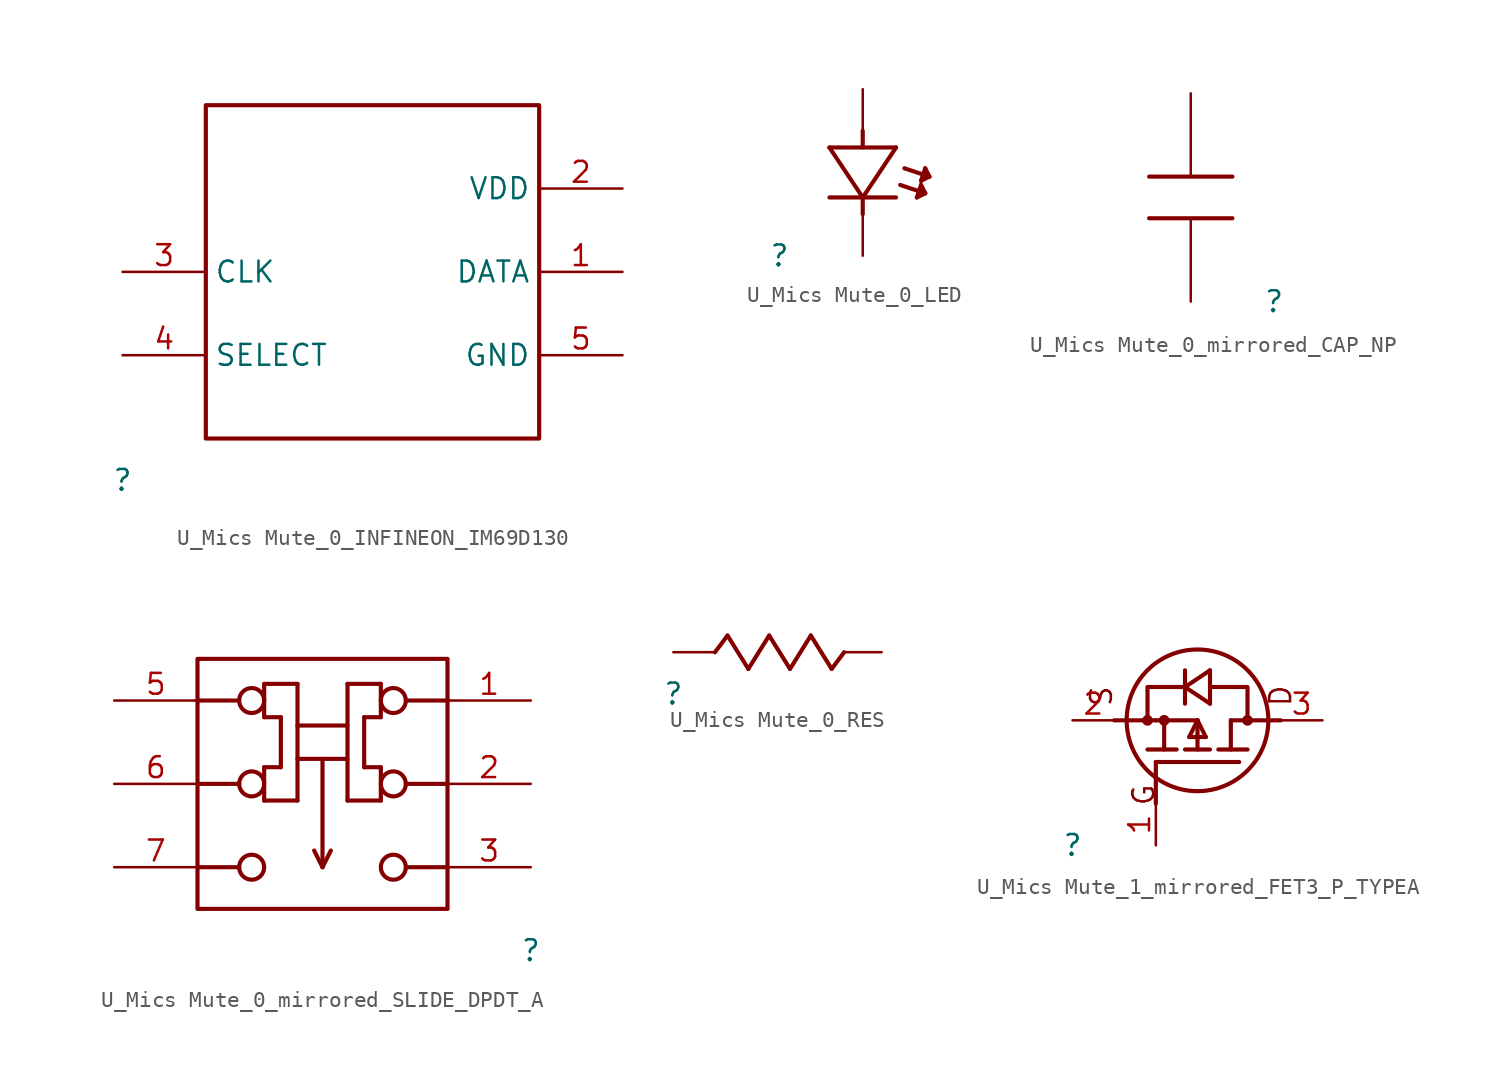
<source format=kicad_sym>
(kicad_symbol_lib
  (version 20231120)
  (generator "kicad_symbol_editor")
  (generator_version "8.0")
  (symbol "U_Mics Mute_0_INFINEON_IM69D130"
    (property "Reference" ""
      (at 0 0 0)
      (effects (font (size 1.27 1.27))))
    (property "Value" ""
      (at 0 0 0)
      (effects (font (size 1.27 1.27))))
    (symbol "U_Mics Mute_0_INFINEON_IM69D130_1_0"
      (polyline (pts (xy 5.08 2.54) (xy 25.4 2.54) (xy 25.4 22.86) (xy 5.08 22.86) (xy 5.08 2.54)) (stroke (width 0.254) (type solid)) (fill (type none)))
      (pin bidirectional line (at 30.48 12.7 180) (length 5.08) (name "DATA" (effects (font (size 1.27 1.27)))) (number "1" (effects (font (size 1.27 1.27)))))
      (pin power_in line (at 30.48 17.78 180) (length 5.08) (name "VDD" (effects (font (size 1.27 1.27)))) (number "2" (effects (font (size 1.27 1.27)))))
      (pin input line (at 0 12.7 0) (length 5.08) (name "CLK" (effects (font (size 1.27 1.27)))) (number "3" (effects (font (size 1.27 1.27)))))
      (pin input line (at 0 7.62 0) (length 5.08) (name "SELECT" (effects (font (size 1.27 1.27)))) (number "4" (effects (font (size 1.27 1.27)))))
      (pin power_in line (at 30.48 7.62 180) (length 5.08) (name "GND" (effects (font (size 1.27 1.27)))) (number "5" (effects (font (size 1.27 1.27)))))))
  (symbol "U_Mics Mute_0_LED"
    (property "Reference" ""
      (at 0 0 0)
      (effects (font (size 1.27 1.27))))
    (property "Value" ""
      (at 0 0 0)
      (effects (font (size 1.27 1.27))))
    (symbol "U_Mics Mute_0_LED_1_0"
      (polyline (pts (xy 3.048 3.556) (xy 7.112 3.556)) (stroke (width 0.254) (type solid)) (fill (type none)))
      (polyline (pts (xy 3.048 6.604) (xy 5.08 3.556)) (stroke (width 0.254) (type solid)) (fill (type none)))
      (polyline (pts (xy 5.08 3.556) (xy 5.08 2.54)) (stroke (width 0.254) (type solid)) (fill (type none)))
      (polyline (pts (xy 5.08 3.556) (xy 7.112 6.604)) (stroke (width 0.254) (type solid)) (fill (type none)))
      (polyline (pts (xy 5.08 7.62) (xy 5.08 6.604)) (stroke (width 0.254) (type solid)) (fill (type none)))
      (polyline (pts (xy 7.112 6.604) (xy 3.048 6.604)) (stroke (width 0.254) (type solid)) (fill (type none)))
      (polyline (pts (xy 7.366 4.318) (xy 8.89 3.81)) (stroke (width 0.254) (type solid)) (fill (type none)))
      (polyline (pts (xy 7.62 5.334) (xy 9.144 4.826)) (stroke (width 0.254) (type solid)) (fill (type none)))
      (polyline (pts (xy 8.382 3.556) (xy 8.636 4.318)) (stroke (width 0.254) (type solid)) (fill (type none)))
      (polyline (pts (xy 8.636 4.318) (xy 8.89 3.81)) (stroke (width 0.254) (type solid)) (fill (type none)))
      (polyline (pts (xy 8.636 4.572) (xy 8.89 5.334)) (stroke (width 0.254) (type solid)) (fill (type none)))
      (polyline (pts (xy 8.89 3.81) (xy 8.382 3.556)) (stroke (width 0.254) (type solid)) (fill (type none)))
      (polyline (pts (xy 8.89 5.334) (xy 9.144 4.826)) (stroke (width 0.254) (type solid)) (fill (type none)))
      (polyline (pts (xy 9.144 4.826) (xy 8.636 4.572)) (stroke (width 0.254) (type solid)) (fill (type none)))
      (pin passive line (at 5.08 0 90) (length 2.54) (name "K" (effects (font (size 0 0)))) (number "1" (effects (font (size 0 0)))))
      (pin passive line (at 5.08 10.16 270) (length 2.54) (name "A" (effects (font (size 0 0)))) (number "2" (effects (font (size 0 0)))))))
  (symbol "U_Mics Mute_0_mirrored_CAP_NP"
    (property "Reference" ""
      (at 0 0 0)
      (effects (font (size 1.27 1.27))))
    (property "Value" ""
      (at 0 0 0)
      (effects (font (size 1.27 1.27))))
    (symbol "U_Mics Mute_0_mirrored_CAP_NP_1_0"
      (polyline (pts (xy -7.62 5.08) (xy -2.54 5.08)) (stroke (width 0.254) (type solid)) (fill (type none)))
      (polyline (pts (xy -2.54 7.62) (xy -7.62 7.62)) (stroke (width 0.254) (type solid)) (fill (type none)))
      (pin passive line (at -5.08 12.7 270) (length 5.08) (name "1" (effects (font (size 0 0)))) (number "1" (effects (font (size 0 0)))))
      (pin passive line (at -5.08 0 90) (length 5.08) (name "2" (effects (font (size 0 0)))) (number "2" (effects (font (size 0 0)))))))
  (symbol "U_Mics Mute_0_mirrored_SLIDE_DPDT_A"
    (property "Reference" ""
      (at 0 0 0)
      (effects (font (size 1.27 1.27))))
    (property "Value" ""
      (at 0 0 0)
      (effects (font (size 1.27 1.27))))
    (symbol "U_Mics Mute_0_mirrored_SLIDE_DPDT_A_1_0"
      (circle (center -17.018 5.08) (radius 0.762) (stroke (width 0.254) (type solid)) (fill (type none)))
      (circle (center -17.018 10.16) (radius 0.762) (stroke (width 0.254) (type solid)) (fill (type none)))
      (circle (center -17.018 15.24) (radius 0.762) (stroke (width 0.254) (type solid)) (fill (type none)))
      (circle (center -8.382 5.08) (radius 0.762) (stroke (width 0.254) (type solid)) (fill (type none)))
      (circle (center -8.382 10.16) (radius 0.762) (stroke (width 0.254) (type solid)) (fill (type none)))
      (circle (center -8.382 15.24) (radius 0.762) (stroke (width 0.254) (type solid)) (fill (type none)))
      (rectangle (start -5.08 17.78) (end -20.32 2.54) (stroke (width 0.254) (type solid)) (fill (type none)))
      (polyline (pts (xy -17.78 5.08) (xy -20.32 5.08)) (stroke (width 0.254) (type solid)) (fill (type none)))
      (polyline (pts (xy -17.78 10.16) (xy -20.32 10.16)) (stroke (width 0.254) (type solid)) (fill (type none)))
      (polyline (pts (xy -17.78 15.24) (xy -20.32 15.24)) (stroke (width 0.254) (type solid)) (fill (type none)))
      (polyline (pts (xy -16.256 9.144) (xy -16.256 11.176)) (stroke (width 0.254) (type solid)) (fill (type none)))
      (polyline (pts (xy -16.256 11.176) (xy -15.24 11.176)) (stroke (width 0.254) (type solid)) (fill (type none)))
      (polyline (pts (xy -16.256 14.224) (xy -16.256 16.256)) (stroke (width 0.254) (type solid)) (fill (type none)))
      (polyline (pts (xy -16.256 16.256) (xy -14.224 16.256)) (stroke (width 0.254) (type solid)) (fill (type none)))
      (polyline (pts (xy -15.24 11.176) (xy -15.24 14.224)) (stroke (width 0.254) (type solid)) (fill (type none)))
      (polyline (pts (xy -15.24 14.224) (xy -16.256 14.224)) (stroke (width 0.254) (type solid)) (fill (type none)))
      (polyline (pts (xy -14.224 9.144) (xy -16.256 9.144)) (stroke (width 0.254) (type solid)) (fill (type none)))
      (polyline (pts (xy -14.224 13.716) (xy -11.176 13.716)) (stroke (width 0.254) (type solid)) (fill (type none)))
      (polyline (pts (xy -14.224 16.256) (xy -14.224 9.144)) (stroke (width 0.254) (type solid)) (fill (type none)))
      (polyline (pts (xy -12.7 5.08) (xy -13.208 6.096)) (stroke (width 0.254) (type solid)) (fill (type none)))
      (polyline (pts (xy -12.7 5.08) (xy -12.7 11.684)) (stroke (width 0.254) (type solid)) (fill (type none)))
      (polyline (pts (xy -12.7 5.08) (xy -12.192 6.096)) (stroke (width 0.254) (type solid)) (fill (type none)))
      (polyline (pts (xy -11.176 9.144) (xy -9.144 9.144)) (stroke (width 0.254) (type solid)) (fill (type none)))
      (polyline (pts (xy -11.176 11.684) (xy -14.224 11.684)) (stroke (width 0.254) (type solid)) (fill (type none)))
      (polyline (pts (xy -11.176 16.256) (xy -11.176 9.144)) (stroke (width 0.254) (type solid)) (fill (type none)))
      (polyline (pts (xy -10.16 11.176) (xy -10.16 14.224)) (stroke (width 0.254) (type solid)) (fill (type none)))
      (polyline (pts (xy -10.16 14.224) (xy -9.144 14.224)) (stroke (width 0.254) (type solid)) (fill (type none)))
      (polyline (pts (xy -9.144 9.144) (xy -9.144 11.176)) (stroke (width 0.254) (type solid)) (fill (type none)))
      (polyline (pts (xy -9.144 11.176) (xy -10.16 11.176)) (stroke (width 0.254) (type solid)) (fill (type none)))
      (polyline (pts (xy -9.144 14.224) (xy -9.144 16.256)) (stroke (width 0.254) (type solid)) (fill (type none)))
      (polyline (pts (xy -9.144 16.256) (xy -11.176 16.256)) (stroke (width 0.254) (type solid)) (fill (type none)))
      (polyline (pts (xy -7.62 5.08) (xy -5.08 5.08)) (stroke (width 0.254) (type solid)) (fill (type none)))
      (polyline (pts (xy -7.62 10.16) (xy -5.08 10.16)) (stroke (width 0.254) (type solid)) (fill (type none)))
      (polyline (pts (xy -7.62 15.24) (xy -5.08 15.24)) (stroke (width 0.254) (type solid)) (fill (type none)))
      (pin passive line (at 0 15.24 180) (length 5.08) (name "1" (effects (font (size 0 0)))) (number "1" (effects (font (size 1.27 1.27)))))
      (pin passive line (at 0 10.16 180) (length 5.08) (name "2" (effects (font (size 0 0)))) (number "2" (effects (font (size 1.27 1.27)))))
      (pin passive line (at 0 5.08 180) (length 5.08) (name "3" (effects (font (size 0 0)))) (number "3" (effects (font (size 1.27 1.27)))))
      (pin passive line (at -25.4 15.24 0) (length 5.08) (name "5" (effects (font (size 0 0)))) (number "5" (effects (font (size 1.27 1.27)))))
      (pin passive line (at -25.4 10.16 0) (length 5.08) (name "6" (effects (font (size 0 0)))) (number "6" (effects (font (size 1.27 1.27)))))
      (pin passive line (at -25.4 5.08 0) (length 5.08) (name "7" (effects (font (size 0 0)))) (number "7" (effects (font (size 1.27 1.27)))))))
  (symbol "U_Mics Mute_0_RES"
    (property "Reference" ""
      (at 0 0 0)
      (effects (font (size 1.27 1.27))))
    (property "Value" ""
      (at 0 0 0)
      (effects (font (size 1.27 1.27))))
    (symbol "U_Mics Mute_0_RES_1_0"
      (polyline (pts (xy 2.54 2.54) (xy 3.302 3.556)) (stroke (width 0.254) (type solid)) (fill (type none)))
      (polyline (pts (xy 3.302 3.556) (xy 4.572 1.524)) (stroke (width 0.254) (type solid)) (fill (type none)))
      (polyline (pts (xy 4.572 1.524) (xy 5.842 3.556)) (stroke (width 0.254) (type solid)) (fill (type none)))
      (polyline (pts (xy 5.842 3.556) (xy 7.112 1.524)) (stroke (width 0.254) (type solid)) (fill (type none)))
      (polyline (pts (xy 7.112 1.524) (xy 8.382 3.556)) (stroke (width 0.254) (type solid)) (fill (type none)))
      (polyline (pts (xy 8.382 3.556) (xy 9.652 1.524)) (stroke (width 0.254) (type solid)) (fill (type none)))
      (polyline (pts (xy 9.652 1.524) (xy 10.414 2.54)) (stroke (width 0.254) (type solid)) (fill (type none)))
      (pin passive line (at 0 2.54 0) (length 2.54) (name "1" (effects (font (size 0 0)))) (number "1" (effects (font (size 0 0)))))
      (pin passive line (at 12.7 2.54 180) (length 2.286) (name "2" (effects (font (size 0 0)))) (number "2" (effects (font (size 0 0)))))))
  (symbol "U_Mics Mute_1_mirrored_FET3_P_TYPEA"
    (property "Reference" ""
      (at 0 0 0)
      (effects (font (size 1.27 1.27))))
    (property "Value" ""
      (at 0 0 0)
      (effects (font (size 1.27 1.27))))
    (symbol "U_Mics Mute_1_mirrored_FET3_P_TYPEA_1_0"
      (polyline (pts (xy 5.08 5.08) (xy 5.08 2.54)) (stroke (width 0.254) (type solid)) (fill (type none)))
      (polyline (pts (xy 5.08 7.62) (xy 2.54 7.62)) (stroke (width 0.254) (type solid)) (fill (type none)))
      (polyline (pts (xy 5.08 7.62) (xy 7.62 7.62)) (stroke (width 0.254) (type solid)) (fill (type none)))
      (polyline (pts (xy 5.588 5.842) (xy 5.588 7.62)) (stroke (width 0.254) (type solid)) (fill (type none)))
      (polyline (pts (xy 6.35 5.842) (xy 4.572 5.842)) (stroke (width 0.254) (type solid)) (fill (type none)))
      (polyline (pts (xy 6.858 8.636) (xy 6.858 10.668)) (stroke (width 0.254) (type solid)) (fill (type none)))
      (polyline (pts (xy 6.858 9.652) (xy 8.382 10.668)) (stroke (width 0.254) (type solid)) (fill (type none)))
      (polyline (pts (xy 7.112 6.604) (xy 7.62 7.62)) (stroke (width 0.254) (type solid)) (fill (type none)))
      (polyline (pts (xy 7.62 7.62) (xy 7.62 5.842)) (stroke (width 0.254) (type solid)) (fill (type none)))
      (polyline (pts (xy 7.62 7.62) (xy 8.128 6.604)) (stroke (width 0.254) (type solid)) (fill (type none)))
      (polyline (pts (xy 8.128 6.604) (xy 7.112 6.604)) (stroke (width 0.254) (type solid)) (fill (type none)))
      (polyline (pts (xy 8.382 5.842) (xy 6.858 5.842)) (stroke (width 0.254) (type solid)) (fill (type none)))
      (polyline (pts (xy 8.382 8.636) (xy 6.858 9.652)) (stroke (width 0.254) (type solid)) (fill (type none)))
      (polyline (pts (xy 8.382 10.668) (xy 8.382 8.636)) (stroke (width 0.254) (type solid)) (fill (type none)))
      (polyline (pts (xy 9.652 7.62) (xy 9.652 5.842)) (stroke (width 0.254) (type solid)) (fill (type none)))
      (polyline (pts (xy 10.16 5.08) (xy 5.08 5.08)) (stroke (width 0.254) (type solid)) (fill (type none)))
      (polyline (pts (xy 10.668 5.842) (xy 8.89 5.842)) (stroke (width 0.254) (type solid)) (fill (type none)))
      (polyline (pts (xy 12.7 7.62) (xy 9.652 7.62)) (stroke (width 0.254) (type solid)) (fill (type none)))
      (polyline (pts (xy 6.858 9.652) (xy 4.572 9.652) (xy 4.572 7.62)) (stroke (width 0.254) (type solid)) (fill (type none)))
      (polyline (pts (xy 8.382 9.652) (xy 10.668 9.652) (xy 10.668 7.62)) (stroke (width 0.254) (type solid)) (fill (type none)))
      (circle (center 4.572 7.62) (radius 0.203) (stroke (width 0.254) (type solid)) (fill (type none)))
      (circle (center 5.588 7.62) (radius 0.203) (stroke (width 0.254) (type solid)) (fill (type none)))
      (circle (center 7.62 7.62) (radius 4.318) (stroke (width 0.254) (type solid)) (fill (type none)))
      (circle (center 10.668 7.62) (radius 0.203) (stroke (width 0.254) (type solid)) (fill (type none)))
      (text "D" (at 11.938 8.382 900) (effects (font (size 1.27 1.27)) (justify left top)))
      (text "G" (at 5.08 3.81 900) (effects (font (size 1.27 1.27)) (justify right bottom)))
      (text "S" (at 1.016 8.382 900) (effects (font (size 1.27 1.27)) (justify left top)))
      (pin passive line (at 5.08 0 90) (length 2.54) (name "G" (effects (font (size 0 0)))) (number "1" (effects (font (size 1.27 1.27)))))
      (pin passive line (at 0 7.62 0) (length 2.54) (name "S" (effects (font (size 0 0)))) (number "2" (effects (font (size 1.27 1.27)))))
      (pin passive line (at 15.24 7.62 180) (length 2.54) (name "D" (effects (font (size 0 0)))) (number "3" (effects (font (size 1.27 1.27))))))))
</source>
